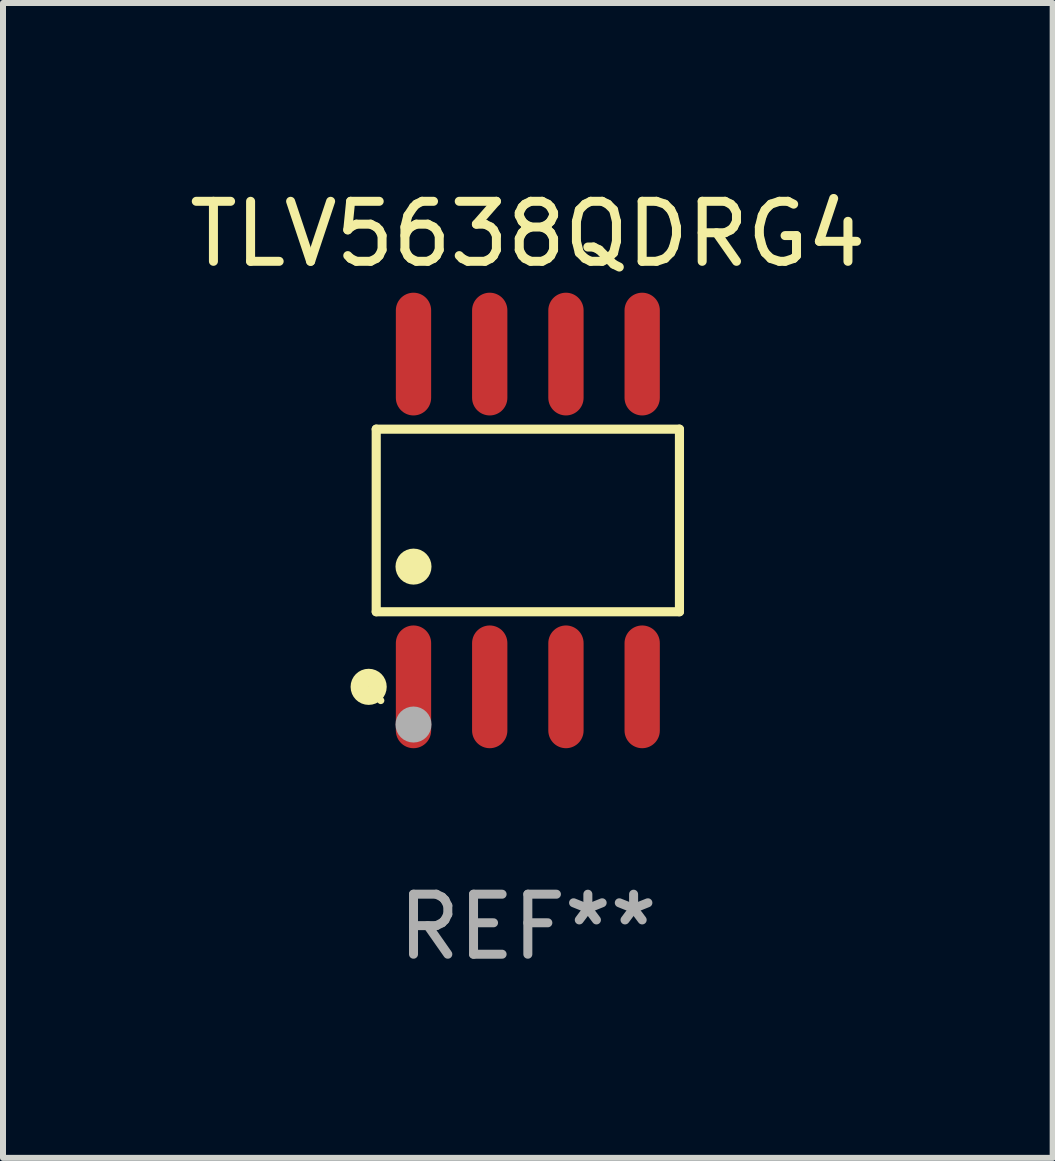
<source format=kicad_pcb>
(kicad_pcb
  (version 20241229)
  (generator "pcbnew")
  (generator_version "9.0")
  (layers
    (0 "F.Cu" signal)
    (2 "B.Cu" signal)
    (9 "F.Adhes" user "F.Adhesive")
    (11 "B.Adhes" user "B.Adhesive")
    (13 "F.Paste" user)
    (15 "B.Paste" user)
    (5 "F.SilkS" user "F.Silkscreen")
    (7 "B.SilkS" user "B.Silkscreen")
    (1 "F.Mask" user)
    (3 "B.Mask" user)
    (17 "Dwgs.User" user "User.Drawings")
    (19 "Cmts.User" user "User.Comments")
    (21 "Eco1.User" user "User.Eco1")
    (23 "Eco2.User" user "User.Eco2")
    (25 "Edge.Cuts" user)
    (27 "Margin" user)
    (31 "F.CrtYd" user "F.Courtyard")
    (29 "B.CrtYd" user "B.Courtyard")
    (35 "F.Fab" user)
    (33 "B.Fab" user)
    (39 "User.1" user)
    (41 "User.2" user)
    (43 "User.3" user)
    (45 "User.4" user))
  (footprint "TLV5638QDRG4"
    (layer "F.Cu")
    (at 5.744 5.621)
    (property "Reference" "TLV5638QDRG4" (at 0 -4.772 0) (layer "F.SilkS") (effects (font (size 1 1) (thickness 0.15))))
    (attr through_hole)
    (fp_line (start -2.526 -1.521) (end 2.526 -1.521) (stroke (width 0.152) (type solid)) (layer "F.SilkS"))
    (fp_line (start -2.526 1.521) (end -2.526 -1.521) (stroke (width 0.152) (type solid)) (layer "F.SilkS"))
    (fp_line (start 2.526 -1.521) (end 2.526 1.521) (stroke (width 0.152) (type solid)) (layer "F.SilkS"))
    (fp_line (start 2.526 1.521) (end -2.526 1.521) (stroke (width 0.152) (type solid)) (layer "F.SilkS"))
    (fp_circle (center -2.652 2.772) (end -2.501 2.772) (stroke (width 0.3) (type solid)) (fill no) (layer "F.SilkS"))
    (fp_circle (center -2.45 3) (end -2.42 3) (stroke (width 0.06) (type solid)) (fill no) (layer "F.SilkS"))
    (fp_circle (center -1.905 0.769) (end -1.755 0.769) (stroke (width 0.3) (type solid)) (fill no) (layer "F.SilkS"))
    (fp_circle (center -1.905 3.4) (end -1.755 3.4) (stroke (width 0.3) (type solid)) (fill no) (layer "F.Fab"))
    (fp_text user "REF**" (at 0 6.772 0) (layer "F.Fab") (effects (font (size 1 1) (thickness 0.15))))
    (pad "1" smd oval (at -1.905 2.772) (size 0.588 2.045) (layers "F.Cu" "F.Mask" "F.Paste"))
    (pad "2" smd oval (at -0.635 2.772) (size 0.588 2.045) (layers "F.Cu" "F.Mask" "F.Paste"))
    (pad "3" smd oval (at 0.635 2.772) (size 0.588 2.045) (layers "F.Cu" "F.Mask" "F.Paste"))
    (pad "4" smd oval (at 1.905 2.772) (size 0.588 2.045) (layers "F.Cu" "F.Mask" "F.Paste"))
    (pad "5" smd oval (at 1.905 -2.772) (size 0.588 2.045) (layers "F.Cu" "F.Mask" "F.Paste"))
    (pad "6" smd oval (at 0.635 -2.772) (size 0.588 2.045) (layers "F.Cu" "F.Mask" "F.Paste"))
    (pad "7" smd oval (at -0.635 -2.772) (size 0.588 2.045) (layers "F.Cu" "F.Mask" "F.Paste"))
    (pad "8" smd oval (at -1.905 -2.772) (size 0.588 2.045) (layers "F.Cu" "F.Mask" "F.Paste")))
  (gr_rect
    (start -3 -3)
    (end 14.488 16.241)
    (stroke (width 0.1) (type default))
    (fill no)
    (layer "Edge.Cuts")))
</source>
